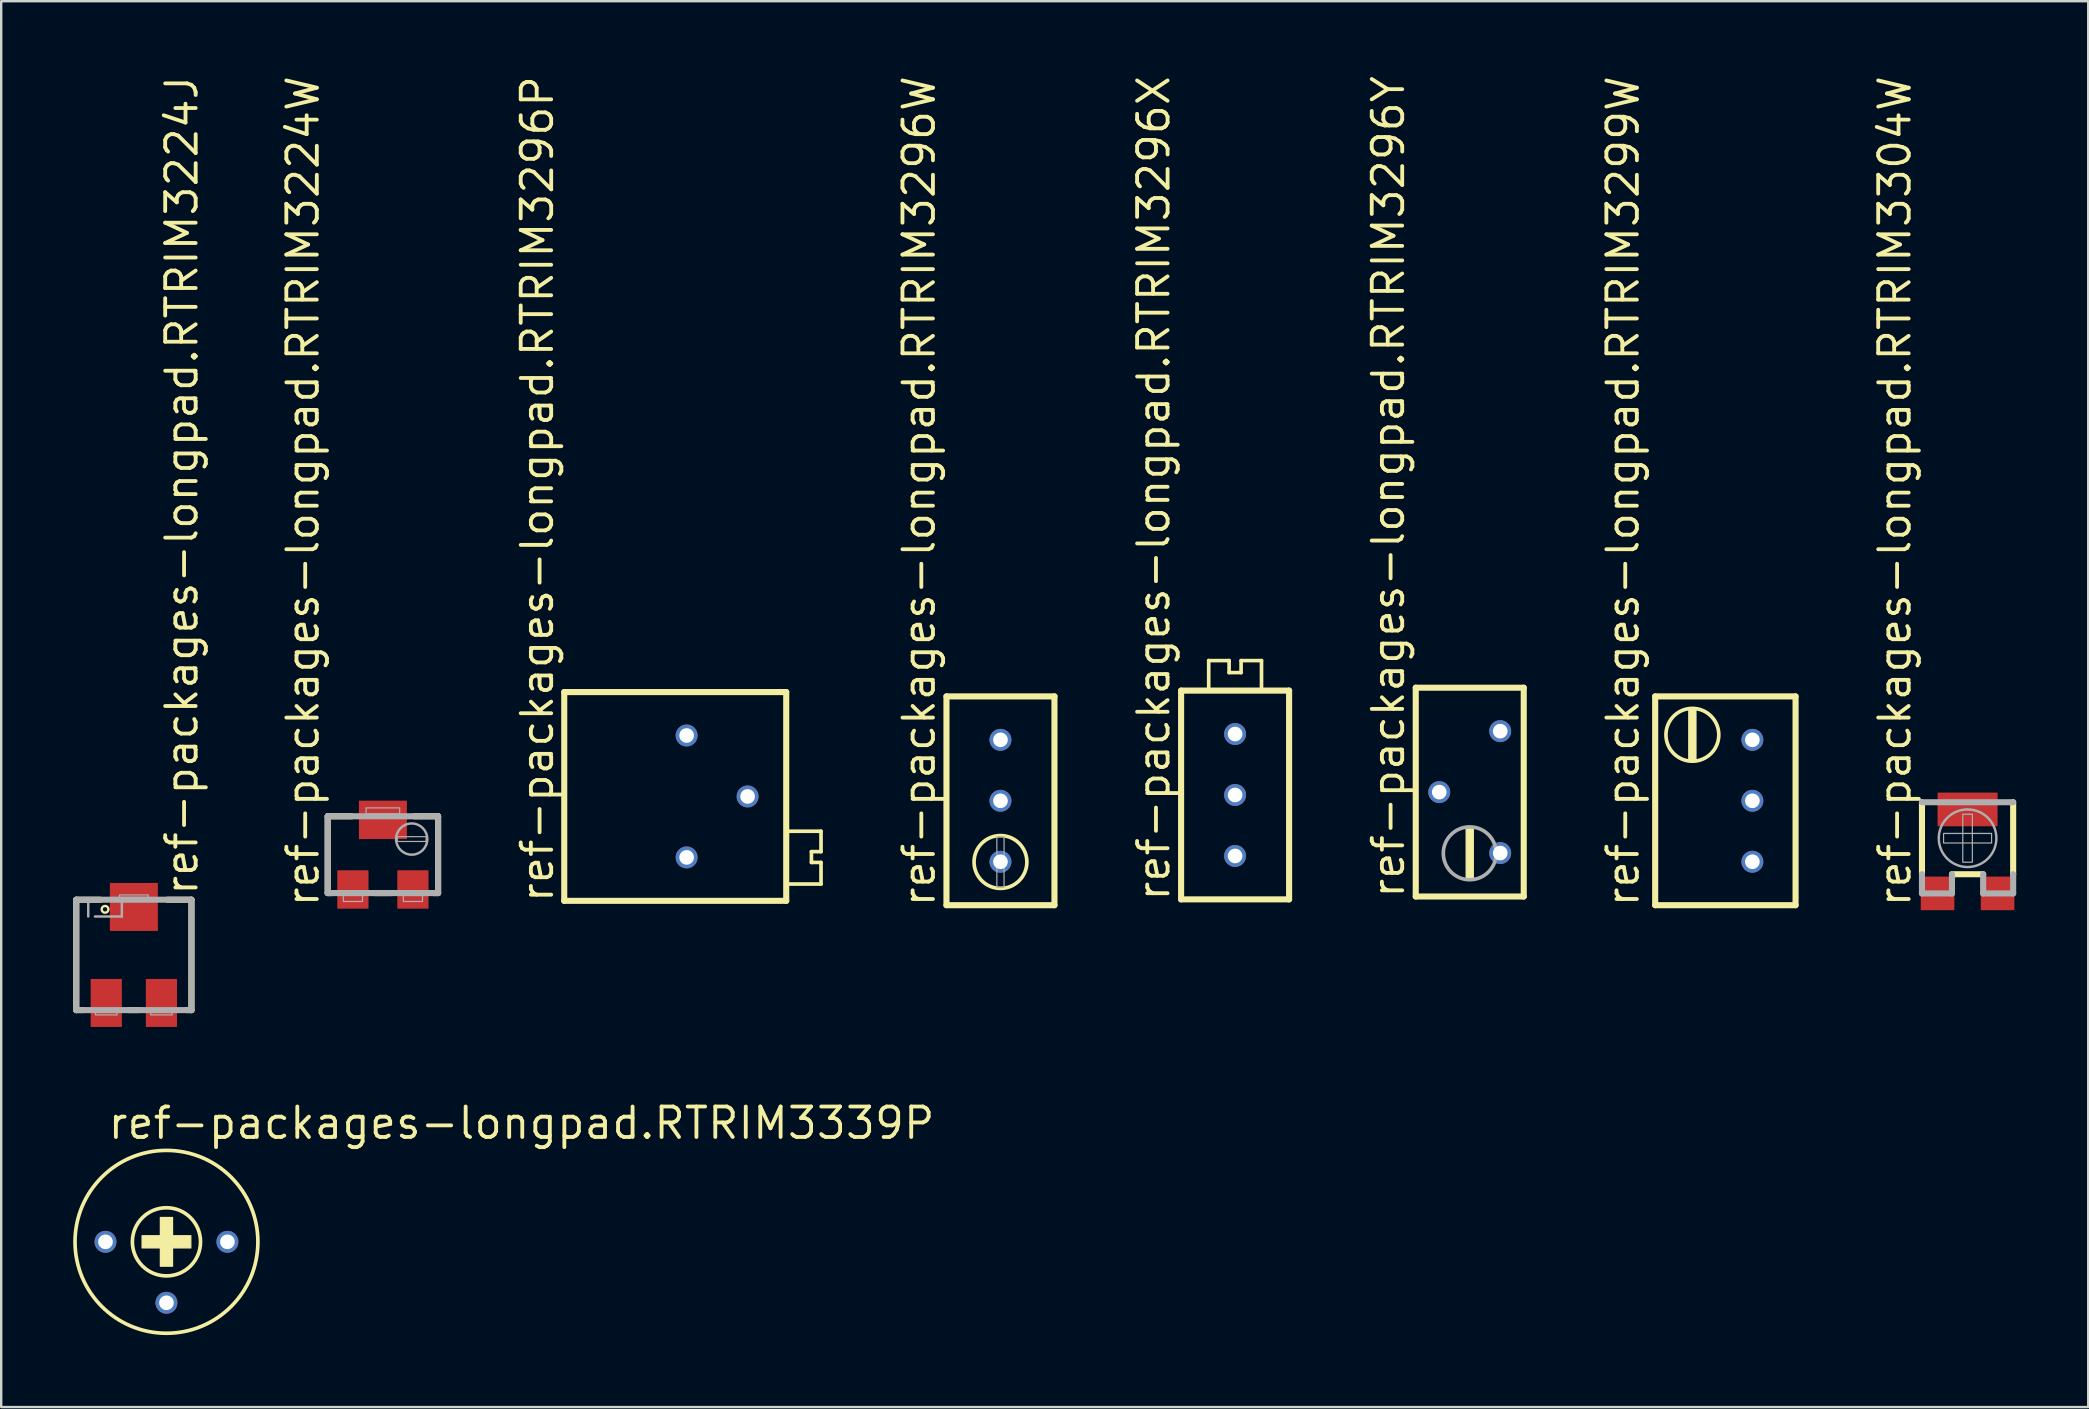
<source format=kicad_pcb>
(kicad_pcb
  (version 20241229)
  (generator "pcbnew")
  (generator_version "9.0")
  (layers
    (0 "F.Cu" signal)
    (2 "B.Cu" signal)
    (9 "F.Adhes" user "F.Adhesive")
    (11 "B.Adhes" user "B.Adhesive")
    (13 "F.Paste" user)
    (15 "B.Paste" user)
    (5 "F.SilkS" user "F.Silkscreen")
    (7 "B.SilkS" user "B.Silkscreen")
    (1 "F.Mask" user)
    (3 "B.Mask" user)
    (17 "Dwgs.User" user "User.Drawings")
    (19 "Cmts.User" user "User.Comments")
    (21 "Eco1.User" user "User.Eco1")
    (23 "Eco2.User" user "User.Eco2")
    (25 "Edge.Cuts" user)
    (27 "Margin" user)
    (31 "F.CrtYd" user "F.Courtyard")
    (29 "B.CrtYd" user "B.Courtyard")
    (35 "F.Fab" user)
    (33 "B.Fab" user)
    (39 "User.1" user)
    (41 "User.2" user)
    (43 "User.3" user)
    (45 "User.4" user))
  (footprint "ref-packages-longpad.RTRIM3296W"
    (layer "F.Cu")
    (at 38.638 30.318)
    (property "Reference" "ref-packages-longpad.RTRIM3296W" (at -2.65 4.5 90) (layer "F.SilkS") (effects (font (size 1.27 1.27) (thickness 0.16)) (justify left bottom)))
    (attr through_hole)
    (fp_line (start -2.25 -4.35) (end 2.25 -4.35) (stroke (width 0.254) (type default)) (layer "F.SilkS"))
    (fp_line (start -2.25 4.35) (end -2.25 -4.35) (stroke (width 0.254) (type default)) (layer "F.SilkS"))
    (fp_line (start 2.25 -4.35) (end 2.25 4.35) (stroke (width 0.254) (type default)) (layer "F.SilkS"))
    (fp_line (start 2.25 4.35) (end -2.25 4.35) (stroke (width 0.254) (type default)) (layer "F.SilkS"))
    (fp_circle (center 0 2.55) (end 1.101 2.55) (stroke (width 0.152) (type default)) (fill no) (layer "F.SilkS"))
    (fp_rect (start -0.15 3.6) (end 0.15 1.5) (stroke (width 0.05) (type default)) (fill no) (layer "F.Fab"))
    (pad "1" thru_hole circle (at 0 2.54) (size 0.914 0.914) (drill 0.61) (layers "*.Cu" "*.Mask"))
    (pad "2" thru_hole circle (at 0 0) (size 0.914 0.914) (drill 0.61) (layers "*.Cu" "*.Mask"))
    (pad "3" thru_hole circle (at 0 -2.54) (size 0.914 0.914) (drill 0.61) (layers "*.Cu" "*.Mask")))
  (footprint "ref-packages-longpad.RTRIM3224J"
    (layer "F.Cu")
    (at 2.527 36.74)
    (property "Reference" "ref-packages-longpad.RTRIM3224J" (at 2.74 -2.405 270) (layer "F.SilkS") (effects (font (size 1.27 1.27) (thickness 0.16)) (justify left bottom)))
    (attr smd)
    (fp_line (start -2.4 -2.3) (end -1.4 -2.3) (stroke (width 0.254) (type default)) (layer "F.SilkS"))
    (fp_line (start -2.4 2.3) (end -2.4 -2.3) (stroke (width 0.254) (type default)) (layer "F.SilkS"))
    (fp_line (start -2.1 2.3) (end -2.4 2.3) (stroke (width 0.254) (type default)) (layer "F.SilkS"))
    (fp_line (start 0.2 2.3) (end -0.2 2.3) (stroke (width 0.254) (type default)) (layer "F.SilkS"))
    (fp_line (start 1.4 -2.3) (end 2.4 -2.3) (stroke (width 0.254) (type dash)) (layer "F.SilkS"))
    (fp_line (start 2.4 -2.3) (end 2.4 2.3) (stroke (width 0.254) (type default)) (layer "F.SilkS"))
    (fp_line (start 2.4 2.3) (end 2.2 2.3) (stroke (width 0.254) (type default)) (layer "F.SilkS"))
    (fp_circle (center -1.2 -1.9) (end -1.059 -1.9) (stroke (width 0.1) (type default)) (fill no) (layer "F.SilkS"))
    (fp_line (start -2.4 -2.3) (end 2.4 -2.3) (stroke (width 0.254) (type default)) (layer "F.Fab"))
    (fp_line (start -2.4 2.3) (end -2.4 -2.3) (stroke (width 0.254) (type default)) (layer "F.Fab"))
    (fp_line (start -1.9 -1.6) (end -1.9 -2.2) (stroke (width 0.102) (type dash)) (layer "F.Fab"))
    (fp_line (start -0.5 -2.2) (end -0.5 -1.6) (stroke (width 0.102) (type dash)) (layer "F.Fab"))
    (fp_line (start -0.5 -1.6) (end -1.9 -1.6) (stroke (width 0.102) (type dash)) (layer "F.Fab"))
    (fp_line (start 2.4 -2.3) (end 2.4 2.3) (stroke (width 0.254) (type default)) (layer "F.Fab"))
    (fp_line (start 2.4 2.3) (end -2.4 2.3) (stroke (width 0.254) (type default)) (layer "F.Fab"))
    (fp_rect (start -1.6 2.5) (end -0.7 2.4) (stroke (width 0.05) (type default)) (fill no) (layer "F.Fab"))
    (fp_rect (start -0.6 -2.4) (end 0.6 -2.5) (stroke (width 0.05) (type default)) (fill no) (layer "F.Fab"))
    (fp_rect (start 0.7 2.5) (end 1.6 2.4) (stroke (width 0.05) (type default)) (fill no) (layer "F.Fab"))
    (pad "1" smd roundrect (at -1.15 2) (size 1.3 2) (layers "F.Cu" "F.Mask" "F.Paste") (roundrect_rratio 0.01))
    (pad "2" smd roundrect (at 0 -2) (size 2 2) (layers "F.Cu" "F.Mask" "F.Paste") (roundrect_rratio 0.01))
    (pad "3" smd roundrect (at 1.15 2) (size 1.3 2) (layers "F.Cu" "F.Mask" "F.Paste") (roundrect_rratio 0.01)))
  (footprint "ref-packages-longpad.RTRIM3296Y"
    (layer "F.Cu")
    (at 58.192 29.956)
    (property "Reference" "ref-packages-longpad.RTRIM3296Y" (at -2.65 4.5 90) (layer "F.SilkS") (effects (font (size 1.27 1.27) (thickness 0.16)) (justify left bottom)))
    (attr through_hole)
    (fp_line (start -2.25 -4.35) (end 2.25 -4.35) (stroke (width 0.254) (type default)) (layer "F.SilkS"))
    (fp_line (start -2.25 4.35) (end -2.25 -4.35) (stroke (width 0.254) (type default)) (layer "F.SilkS"))
    (fp_line (start 2.25 -4.35) (end 2.25 4.35) (stroke (width 0.254) (type default)) (layer "F.SilkS"))
    (fp_line (start 2.25 4.35) (end -2.25 4.35) (stroke (width 0.254) (type default)) (layer "F.SilkS"))
    (fp_rect (start -0.15 3.6) (end 0.15 1.5) (stroke (width 0.05) (type default)) (fill yes) (layer "F.SilkS"))
    (fp_circle (center 0 2.55) (end 1.101 2.55) (stroke (width 0.152) (type default)) (fill no) (layer "F.Fab"))
    (pad "1" thru_hole circle (at 1.27 2.54) (size 0.914 0.914) (drill 0.61) (layers "*.Cu" "*.Mask"))
    (pad "2" thru_hole circle (at -1.27 0) (size 0.914 0.914) (drill 0.61) (layers "*.Cu" "*.Mask"))
    (pad "3" thru_hole circle (at 1.27 -2.54) (size 0.914 0.914) (drill 0.61) (layers "*.Cu" "*.Mask")))
  (footprint "ref-packages-longpad.RTRIM3296X"
    (layer "F.Cu")
    (at 48.415 30.076)
    (property "Reference" "ref-packages-longpad.RTRIM3296X" (at -2.65 4.5 90) (layer "F.SilkS") (effects (font (size 1.27 1.27) (thickness 0.16)) (justify left bottom)))
    (attr through_hole)
    (fp_line (start -2.25 -4.35) (end 2.25 -4.35) (stroke (width 0.254) (type default)) (layer "F.SilkS"))
    (fp_line (start -2.25 4.35) (end -2.25 -4.35) (stroke (width 0.254) (type default)) (layer "F.SilkS"))
    (fp_line (start -1.1 -5.6) (end -0.25 -5.6) (stroke (width 0.152) (type default)) (layer "F.SilkS"))
    (fp_line (start -1.1 -4.4) (end -1.1 -5.6) (stroke (width 0.152) (type default)) (layer "F.SilkS"))
    (fp_line (start -0.25 -5.6) (end -0.25 -5.1) (stroke (width 0.152) (type default)) (layer "F.SilkS"))
    (fp_line (start -0.25 -5.1) (end 0.25 -5.1) (stroke (width 0.152) (type default)) (layer "F.SilkS"))
    (fp_line (start 0.25 -5.6) (end 1.1 -5.6) (stroke (width 0.152) (type default)) (layer "F.SilkS"))
    (fp_line (start 0.25 -5.1) (end 0.25 -5.6) (stroke (width 0.152) (type default)) (layer "F.SilkS"))
    (fp_line (start 1.1 -5.6) (end 1.1 -4.4) (stroke (width 0.152) (type default)) (layer "F.SilkS"))
    (fp_line (start 2.25 -4.35) (end 2.25 4.35) (stroke (width 0.254) (type default)) (layer "F.SilkS"))
    (fp_line (start 2.25 4.35) (end -2.25 4.35) (stroke (width 0.254) (type default)) (layer "F.SilkS"))
    (pad "1" thru_hole circle (at 0 2.54) (size 0.914 0.914) (drill 0.61) (layers "*.Cu" "*.Mask"))
    (pad "2" thru_hole circle (at 0 0) (size 0.914 0.914) (drill 0.61) (layers "*.Cu" "*.Mask"))
    (pad "3" thru_hole circle (at 0 -2.54) (size 0.914 0.914) (drill 0.61) (layers "*.Cu" "*.Mask")))
  (footprint "ref-packages-longpad.RTRIM3304W"
    (layer "F.Cu")
    (at 78.936 32.278)
    (property "Reference" "ref-packages-longpad.RTRIM3304W" (at -2.29 2.54 90) (layer "F.SilkS") (effects (font (size 1.27 1.27) (thickness 0.16)) (justify left bottom)))
    (attr smd)
    (fp_line (start -1.9 1.1) (end -1.9 -1.9) (stroke (width 0.254) (type default)) (layer "F.SilkS"))
    (fp_line (start 0.65 1.1) (end -0.65 1.1) (stroke (width 0.254) (type default)) (layer "F.SilkS"))
    (fp_line (start 1.9 -1.9) (end 1.9 1.1) (stroke (width 0.254) (type default)) (layer "F.SilkS"))
    (fp_line (start -1.9 -1.9) (end 1.9 -1.9) (stroke (width 0.254) (type default)) (layer "F.Fab"))
    (fp_line (start -1.9 1.9) (end -1.9 1.1) (stroke (width 0.254) (type default)) (layer "F.Fab"))
    (fp_line (start -0.65 1.1) (end -0.65 1.9) (stroke (width 0.254) (type default)) (layer "F.Fab"))
    (fp_line (start -0.65 1.9) (end -1.9 1.9) (stroke (width 0.254) (type default)) (layer "F.Fab"))
    (fp_line (start 0.65 1.9) (end 0.65 1.1) (stroke (width 0.254) (type default)) (layer "F.Fab"))
    (fp_line (start 1.9 1.1) (end 1.9 1.9) (stroke (width 0.254) (type default)) (layer "F.Fab"))
    (fp_line (start 1.9 1.9) (end 0.65 1.9) (stroke (width 0.254) (type default)) (layer "F.Fab"))
    (fp_rect (start -1 -0.2) (end 1 -0.6) (stroke (width 0.05) (type default)) (fill no) (layer "F.Fab"))
    (fp_rect (start -0.2 0.6) (end 0.2 -1.4) (stroke (width 0.05) (type default)) (fill no) (layer "F.Fab"))
    (fp_circle (center 0 -0.4) (end 1.2 -0.4) (stroke (width 0.102) (type default)) (fill no) (layer "F.Fab"))
    (pad "1" smd roundrect (at -1.25 1.9) (size 1.4 1.4) (layers "F.Cu" "F.Mask" "F.Paste") (roundrect_rratio 0.01))
    (pad "2" smd roundrect (at 0 -1.6) (size 2.5 1.4) (layers "F.Cu" "F.Mask" "F.Paste") (roundrect_rratio 0.01))
    (pad "3" smd roundrect (at 1.25 1.9) (size 1.4 1.4) (layers "F.Cu" "F.Mask" "F.Paste") (roundrect_rratio 0.01)))
  (footprint "ref-packages-longpad.RTRIM3296P"
    (layer "F.Cu")
    (at 25.561 30.137)
    (property "Reference" "ref-packages-longpad.RTRIM3296P" (at -5.48 4.5 90) (layer "F.SilkS") (effects (font (size 1.27 1.27) (thickness 0.16)) (justify left bottom)))
    (attr through_hole)
    (fp_line (start -5.1 -4.35) (end -5.1 4.35) (stroke (width 0.254) (type default)) (layer "F.SilkS"))
    (fp_line (start -5.1 4.35) (end 4.15 4.35) (stroke (width 0.254) (type default)) (layer "F.SilkS"))
    (fp_line (start 4.15 -4.35) (end -5.1 -4.35) (stroke (width 0.254) (type default)) (layer "F.SilkS"))
    (fp_line (start 4.15 4.35) (end 4.15 -4.35) (stroke (width 0.254) (type default)) (layer "F.SilkS"))
    (fp_line (start 4.25 1.45) (end 5.6 1.45) (stroke (width 0.152) (type default)) (layer "F.SilkS"))
    (fp_line (start 5.2 2.3) (end 5.2 2.75) (stroke (width 0.152) (type default)) (layer "F.SilkS"))
    (fp_line (start 5.2 2.75) (end 5.6 2.75) (stroke (width 0.152) (type default)) (layer "F.SilkS"))
    (fp_line (start 5.6 1.45) (end 5.6 2.3) (stroke (width 0.152) (type default)) (layer "F.SilkS"))
    (fp_line (start 5.6 2.3) (end 5.2 2.3) (stroke (width 0.152) (type default)) (layer "F.SilkS"))
    (fp_line (start 5.6 2.75) (end 5.6 3.65) (stroke (width 0.152) (type default)) (layer "F.SilkS"))
    (fp_line (start 5.6 3.65) (end 4.25 3.65) (stroke (width 0.152) (type default)) (layer "F.SilkS"))
    (pad "1" thru_hole circle (at 0 2.54) (size 0.914 0.914) (drill 0.61) (layers "*.Cu" "*.Mask"))
    (pad "2" thru_hole circle (at 2.54 0) (size 0.914 0.914) (drill 0.61) (layers "*.Cu" "*.Mask"))
    (pad "3" thru_hole circle (at 0 -2.54) (size 0.914 0.914) (drill 0.61) (layers "*.Cu" "*.Mask")))
  (footprint "ref-packages-longpad.RTRIM3299W"
    (layer "F.Cu")
    (at 68.699 30.318)
    (property "Reference" "ref-packages-longpad.RTRIM3299W" (at -3.38 4.5 90) (layer "F.SilkS") (effects (font (size 1.27 1.27) (thickness 0.16)) (justify left bottom)))
    (attr through_hole)
    (fp_line (start -2.78 -4.35) (end 3.07 -4.35) (stroke (width 0.254) (type default)) (layer "F.SilkS"))
    (fp_line (start -2.78 4.35) (end -2.78 -4.35) (stroke (width 0.254) (type default)) (layer "F.SilkS"))
    (fp_line (start 3.07 -4.35) (end 3.07 4.35) (stroke (width 0.254) (type default)) (layer "F.SilkS"))
    (fp_line (start 3.07 4.35) (end -2.78 4.35) (stroke (width 0.254) (type default)) (layer "F.SilkS"))
    (fp_rect (start -1.38 -1.7) (end -1.08 -3.8) (stroke (width 0.05) (type default)) (fill yes) (layer "F.SilkS"))
    (fp_circle (center -1.23 -2.75) (end -0.129 -2.75) (stroke (width 0.152) (type default)) (fill no) (layer "F.SilkS"))
    (pad "1" thru_hole circle (at 1.27 2.54) (size 0.914 0.914) (drill 0.61) (layers "*.Cu" "*.Mask"))
    (pad "2" thru_hole circle (at 1.27 0) (size 0.914 0.914) (drill 0.61) (layers "*.Cu" "*.Mask"))
    (pad "3" thru_hole circle (at 1.27 -2.54) (size 0.914 0.914) (drill 0.61) (layers "*.Cu" "*.Mask")))
  (footprint "ref-packages-longpad.RTRIM3339P"
    (layer "F.Cu")
    (at 3.886 48.695)
    (property "Reference" "ref-packages-longpad.RTRIM3339P" (at -2.515 -4.205 0) (layer "F.SilkS") (effects (font (size 1.27 1.27) (thickness 0.16)) (justify left bottom)))
    (attr through_hole)
    (fp_rect (start -1.016 0.254) (end 1.016 -0.254) (stroke (width 0.05) (type default)) (fill yes) (layer "F.SilkS"))
    (fp_rect (start -0.254 1.016) (end 0.254 -1.016) (stroke (width 0.05) (type default)) (fill yes) (layer "F.SilkS"))
    (fp_circle (center 0 0) (end 1.42 0) (stroke (width 0.152) (type default)) (fill no) (layer "F.SilkS"))
    (fp_circle (center 0 0) (end 3.81 0) (stroke (width 0.152) (type default)) (fill no) (layer "F.SilkS"))
    (pad "1" thru_hole circle (at -2.54 0) (size 0.914 0.914) (drill 0.61) (layers "*.Cu" "*.Mask"))
    (pad "2" thru_hole circle (at 0 2.54) (size 0.914 0.914) (drill 0.61) (layers "*.Cu" "*.Mask"))
    (pad "3" thru_hole circle (at 2.54 0) (size 0.914 0.914) (drill 0.61) (layers "*.Cu" "*.Mask")))
  (footprint "ref-packages-longpad.RTRIM3224W"
    (layer "F.Cu")
    (at 12.905 32.563)
    (property "Reference" "ref-packages-longpad.RTRIM3224W" (at -2.59 2.255 90) (layer "F.SilkS") (effects (font (size 1.27 1.27) (thickness 0.16)) (justify left bottom)))
    (attr smd)
    (fp_line (start -2.3 -1.6) (end -1.3 -1.6) (stroke (width 0.254) (type default)) (layer "F.SilkS"))
    (fp_line (start -2.3 1.6) (end -2.3 -1.6) (stroke (width 0.254) (type default)) (layer "F.SilkS"))
    (fp_line (start -2.1 1.6) (end -2.3 1.6) (stroke (width 0.254) (type default)) (layer "F.SilkS"))
    (fp_line (start 0.35 1.6) (end -0.35 1.6) (stroke (width 0.254) (type default)) (layer "F.SilkS"))
    (fp_line (start 1.3 -1.6) (end 2.3 -1.6) (stroke (width 0.254) (type default)) (layer "F.SilkS"))
    (fp_line (start 2.3 -1.6) (end 2.3 1.6) (stroke (width 0.254) (type default)) (layer "F.SilkS"))
    (fp_line (start 2.3 1.6) (end 2.1 1.6) (stroke (width 0.254) (type default)) (layer "F.SilkS"))
    (fp_line (start -2.3 -1.6) (end 2.3 -1.6) (stroke (width 0.254) (type default)) (layer "F.Fab"))
    (fp_line (start -2.3 1.6) (end -2.3 -1.6) (stroke (width 0.254) (type default)) (layer "F.Fab"))
    (fp_line (start 2.3 -1.6) (end 2.3 1.6) (stroke (width 0.254) (type default)) (layer "F.Fab"))
    (fp_line (start 2.3 1.6) (end -2.3 1.6) (stroke (width 0.254) (type default)) (layer "F.Fab"))
    (fp_rect (start -1.65 1.95) (end -0.85 1.7) (stroke (width 0.05) (type default)) (fill no) (layer "F.Fab"))
    (fp_rect (start -0.7 -1.7) (end 0.7 -1.95) (stroke (width 0.05) (type default)) (fill no) (layer "F.Fab"))
    (fp_rect (start 0.6 -0.55) (end 1.8 -0.75) (stroke (width 0.05) (type default)) (fill no) (layer "F.Fab"))
    (fp_rect (start 0.85 1.95) (end 1.65 1.7) (stroke (width 0.05) (type default)) (fill no) (layer "F.Fab"))
    (fp_circle (center 1.2 -0.65) (end 1.85 -0.65) (stroke (width 0.102) (type default)) (fill no) (layer "F.Fab"))
    (pad "1" smd roundrect (at -1.25 1.45) (size 1.3 1.6) (layers "F.Cu" "F.Mask" "F.Paste") (roundrect_rratio 0.01))
    (pad "2" smd roundrect (at 0 -1.45) (size 2 1.6) (layers "F.Cu" "F.Mask" "F.Paste") (roundrect_rratio 0.01))
    (pad "3" smd roundrect (at 1.25 1.45) (size 1.3 1.6) (layers "F.Cu" "F.Mask" "F.Paste") (roundrect_rratio 0.01)))
  (gr_rect
    (start -3 -3)
    (end 83.963 55.581)
    (stroke (width 0.1) (type default))
    (fill no)
    (layer "Edge.Cuts")))
</source>
